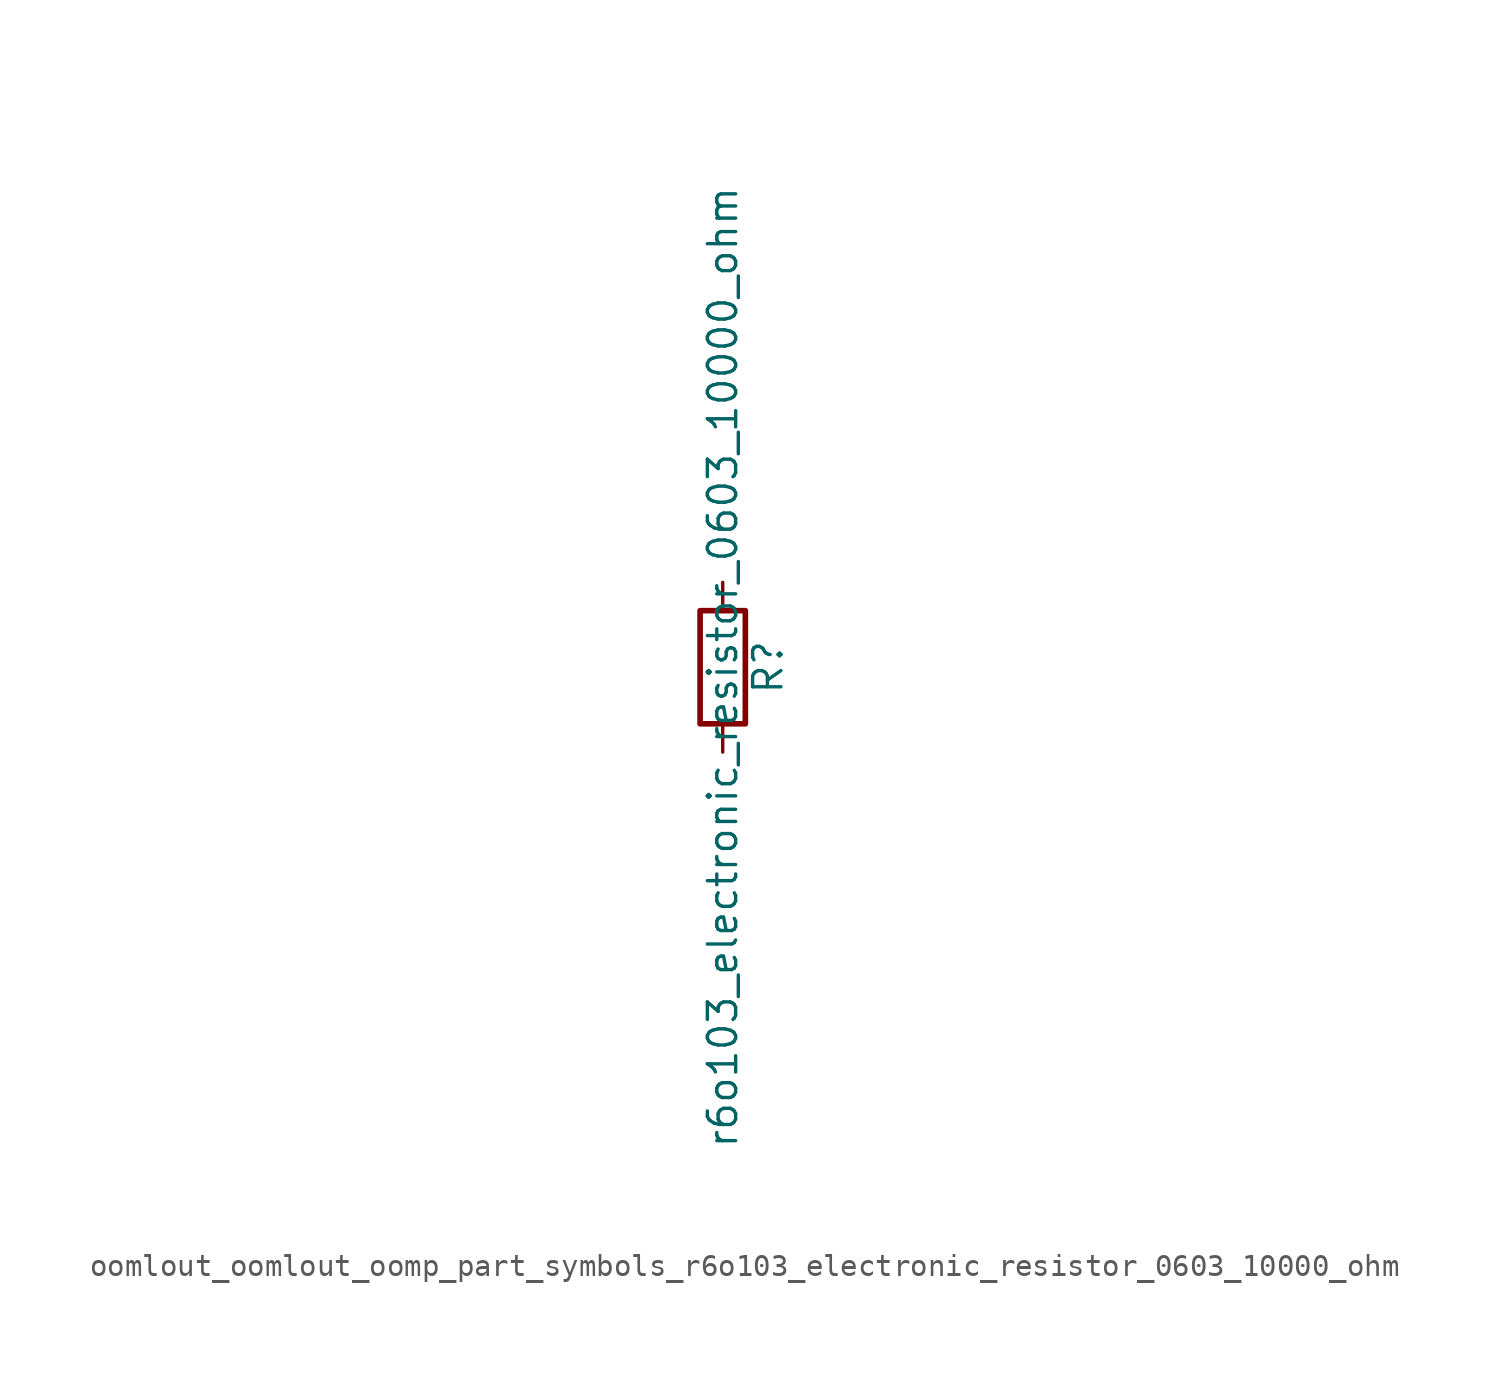
<source format=kicad_sym>
(kicad_symbol_lib
  (version 20220914)
  (generator kicad_symbol_editor)
  (symbol "oomlout_oomlout_oomp_part_symbols_r6o103_electronic_resistor_0603_10000_ohm"
    (pin_numbers hide)
    (pin_names
      (offset 0))
    (property "Reference" "R"
      (at 2.032 0 90)
      (effects (font (size 1.27 1.27))))
    (property "Value" "r6o103_electronic_resistor_0603_10000_ohm"
      (at 0 0 90)
      (effects (font (size 1.27 1.27))))
    (symbol "oomlout_oomlout_oomp_part_symbols_r6o103_electronic_resistor_0603_10000_ohm_0_1"
      (rectangle (start -1.016 -2.54) (end 1.016 2.54) (stroke (width 0.254) (type default)) (fill (type none))))
    (symbol "oomlout_oomlout_oomp_part_symbols_r6o103_electronic_resistor_0603_10000_ohm_1_1"
      (pin passive line (at 0 3.81 270) (length 1.27) (name "~" (effects (font (size 1.27 1.27)))) (number "1" (effects (font (size 1.27 1.27)))))
      (pin passive line (at 0 -3.81 90) (length 1.27) (name "~" (effects (font (size 1.27 1.27)))) (number "2" (effects (font (size 1.27 1.27))))))))
</source>
